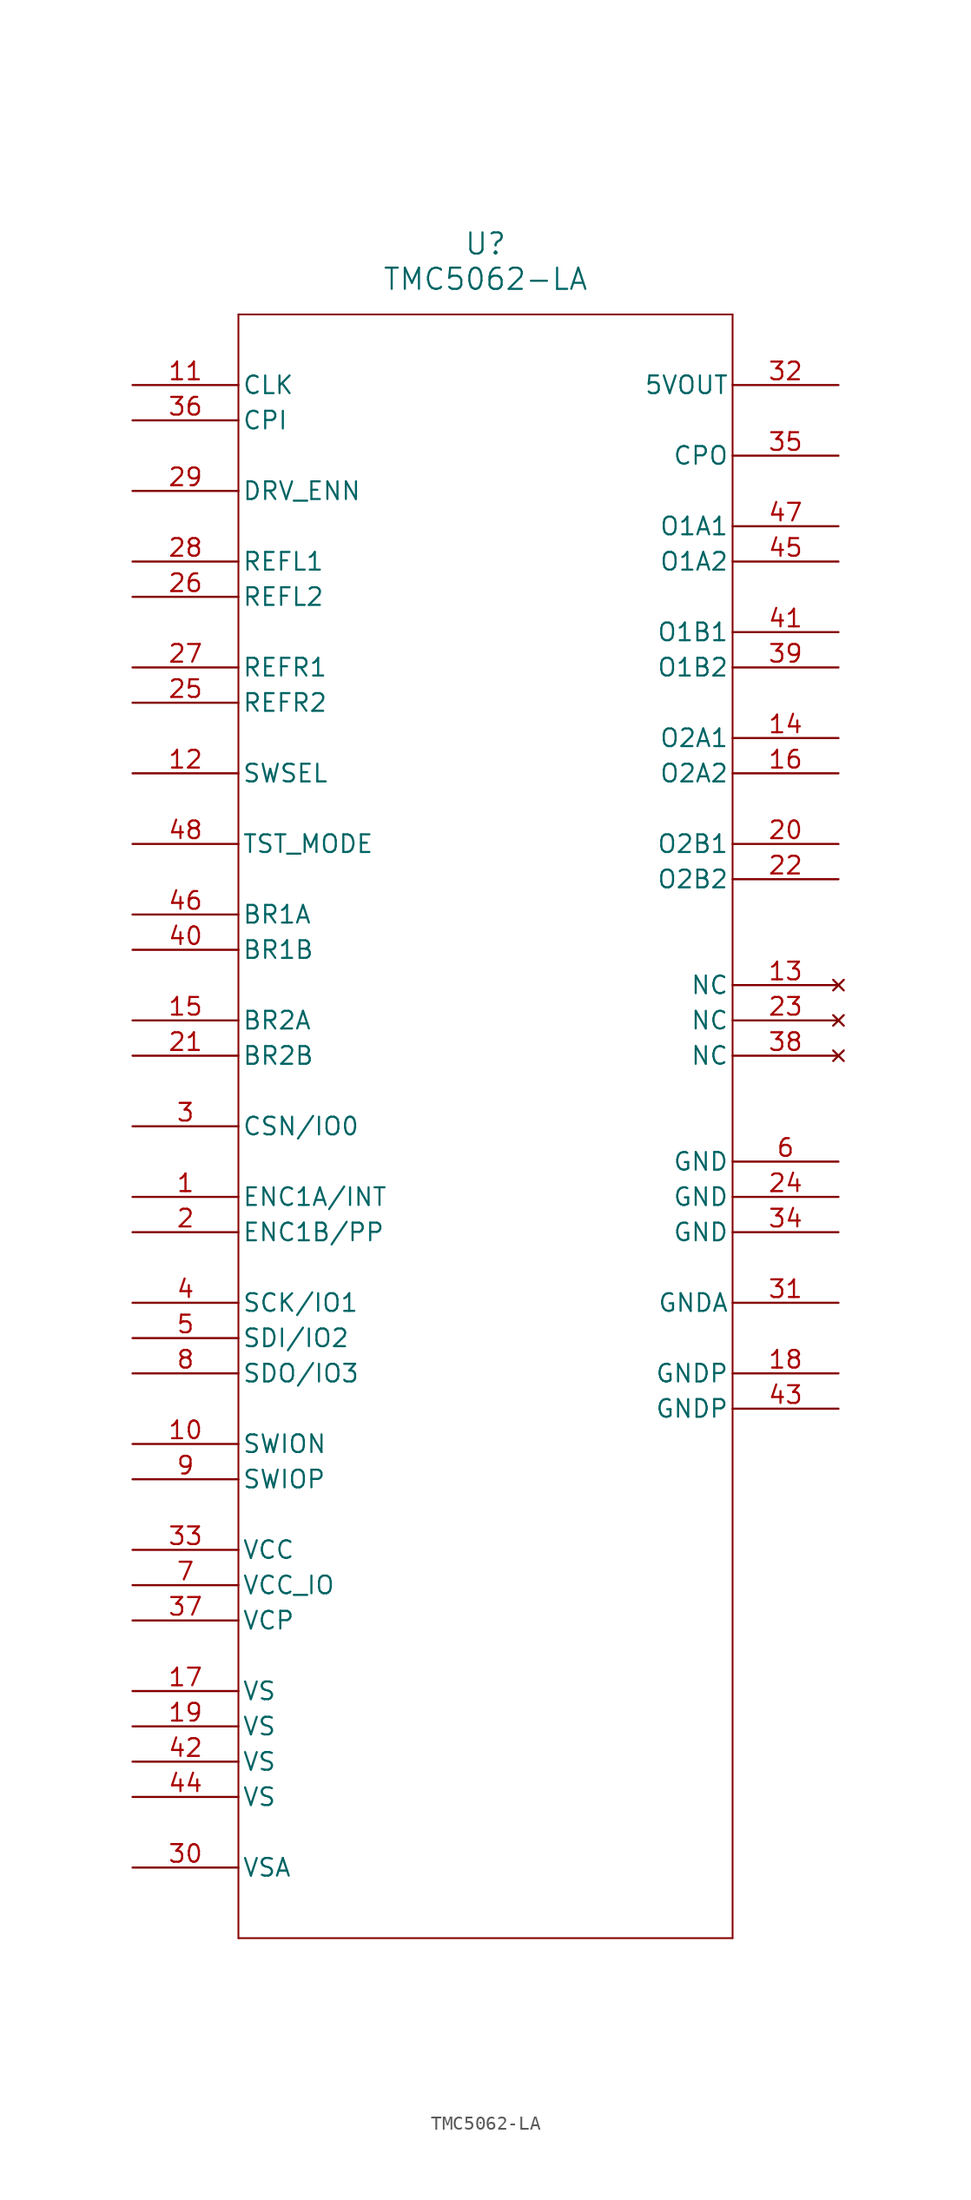
<source format=kicad_sym>
(kicad_symbol_lib
  (version 20211014)
  (generator kicad_symbol_editor)
  (symbol "TMC5062-LA"
    (pin_names
      (offset 0.254))
    (property "Reference" "U"
      (at 25.4 10.16 0)
      (effects (font (size 1.524 1.524))))
    (property "Value" "TMC5062-LA"
      (at 25.4 7.62 0)
      (effects (font (size 1.524 1.524))))
    (symbol "TMC5062-LA_0_1"
      (polyline (pts (xy 7.62 5.08) (xy 7.62 -111.76)) (stroke (width 0.127) (type default) (color 0 0 0 0)) (fill (type none)))
      (polyline (pts (xy 7.62 -111.76) (xy 43.18 -111.76)) (stroke (width 0.127) (type default) (color 0 0 0 0)) (fill (type none)))
      (polyline (pts (xy 43.18 -111.76) (xy 43.18 5.08)) (stroke (width 0.127) (type default) (color 0 0 0 0)) (fill (type none)))
      (polyline (pts (xy 43.18 5.08) (xy 7.62 5.08)) (stroke (width 0.127) (type default) (color 0 0 0 0)) (fill (type none)))
      (pin bidirectional line (at 0 -58.42 0) (length 7.62) (name "ENC1A/INT" (effects (font (size 1.27 1.27)))) (number "1" (effects (font (size 1.27 1.27)))))
      (pin bidirectional line (at 0 -60.96 0) (length 7.62) (name "ENC1B/PP" (effects (font (size 1.27 1.27)))) (number "2" (effects (font (size 1.27 1.27)))))
      (pin bidirectional line (at 0 -53.34 0) (length 7.62) (name "CSN/IO0" (effects (font (size 1.27 1.27)))) (number "3" (effects (font (size 1.27 1.27)))))
      (pin bidirectional line (at 0 -66.04 0) (length 7.62) (name "SCK/IO1" (effects (font (size 1.27 1.27)))) (number "4" (effects (font (size 1.27 1.27)))))
      (pin bidirectional line (at 0 -68.58 0) (length 7.62) (name "SDI/IO2" (effects (font (size 1.27 1.27)))) (number "5" (effects (font (size 1.27 1.27)))))
      (pin power_in line (at 50.8 -55.88 180) (length 7.62) (name "GND" (effects (font (size 1.27 1.27)))) (number "6" (effects (font (size 1.27 1.27)))))
      (pin power_in line (at 0 -86.36 0) (length 7.62) (name "VCC_IO" (effects (font (size 1.27 1.27)))) (number "7" (effects (font (size 1.27 1.27)))))
      (pin bidirectional line (at 0 -71.12 0) (length 7.62) (name "SDO/IO3" (effects (font (size 1.27 1.27)))) (number "8" (effects (font (size 1.27 1.27)))))
      (pin bidirectional line (at 0 -78.74 0) (length 7.62) (name "SWIOP" (effects (font (size 1.27 1.27)))) (number "9" (effects (font (size 1.27 1.27)))))
      (pin bidirectional line (at 0 -76.2 0) (length 7.62) (name "SWION" (effects (font (size 1.27 1.27)))) (number "10" (effects (font (size 1.27 1.27)))))
      (pin input line (at 0 0 0) (length 7.62) (name "CLK" (effects (font (size 1.27 1.27)))) (number "11" (effects (font (size 1.27 1.27)))))
      (pin input line (at 0 -27.94 0) (length 7.62) (name "SWSEL" (effects (font (size 1.27 1.27)))) (number "12" (effects (font (size 1.27 1.27)))))
      (pin no_connect line (at 50.8 -43.18 180) (length 7.62) (name "NC" (effects (font (size 1.27 1.27)))) (number "13" (effects (font (size 1.27 1.27)))))
      (pin output line (at 50.8 -25.4 180) (length 7.62) (name "O2A1" (effects (font (size 1.27 1.27)))) (number "14" (effects (font (size 1.27 1.27)))))
      (pin unspecified line (at 0 -45.72 0) (length 7.62) (name "BR2A" (effects (font (size 1.27 1.27)))) (number "15" (effects (font (size 1.27 1.27)))))
      (pin output line (at 50.8 -27.94 180) (length 7.62) (name "O2A2" (effects (font (size 1.27 1.27)))) (number "16" (effects (font (size 1.27 1.27)))))
      (pin power_in line (at 0 -93.98 0) (length 7.62) (name "VS" (effects (font (size 1.27 1.27)))) (number "17" (effects (font (size 1.27 1.27)))))
      (pin power_in line (at 50.8 -71.12 180) (length 7.62) (name "GNDP" (effects (font (size 1.27 1.27)))) (number "18" (effects (font (size 1.27 1.27)))))
      (pin power_in line (at 0 -96.52 0) (length 7.62) (name "VS" (effects (font (size 1.27 1.27)))) (number "19" (effects (font (size 1.27 1.27)))))
      (pin output line (at 50.8 -33.02 180) (length 7.62) (name "O2B1" (effects (font (size 1.27 1.27)))) (number "20" (effects (font (size 1.27 1.27)))))
      (pin unspecified line (at 0 -48.26 0) (length 7.62) (name "BR2B" (effects (font (size 1.27 1.27)))) (number "21" (effects (font (size 1.27 1.27)))))
      (pin output line (at 50.8 -35.56 180) (length 7.62) (name "O2B2" (effects (font (size 1.27 1.27)))) (number "22" (effects (font (size 1.27 1.27)))))
      (pin no_connect line (at 50.8 -45.72 180) (length 7.62) (name "NC" (effects (font (size 1.27 1.27)))) (number "23" (effects (font (size 1.27 1.27)))))
      (pin power_in line (at 50.8 -58.42 180) (length 7.62) (name "GND" (effects (font (size 1.27 1.27)))) (number "24" (effects (font (size 1.27 1.27)))))
      (pin input line (at 0 -22.86 0) (length 7.62) (name "REFR2" (effects (font (size 1.27 1.27)))) (number "25" (effects (font (size 1.27 1.27)))))
      (pin input line (at 0 -15.24 0) (length 7.62) (name "REFL2" (effects (font (size 1.27 1.27)))) (number "26" (effects (font (size 1.27 1.27)))))
      (pin input line (at 0 -20.32 0) (length 7.62) (name "REFR1" (effects (font (size 1.27 1.27)))) (number "27" (effects (font (size 1.27 1.27)))))
      (pin input line (at 0 -12.7 0) (length 7.62) (name "REFL1" (effects (font (size 1.27 1.27)))) (number "28" (effects (font (size 1.27 1.27)))))
      (pin input line (at 0 -7.62 0) (length 7.62) (name "DRV_ENN" (effects (font (size 1.27 1.27)))) (number "29" (effects (font (size 1.27 1.27)))))
      (pin power_in line (at 0 -106.68 0) (length 7.62) (name "VSA" (effects (font (size 1.27 1.27)))) (number "30" (effects (font (size 1.27 1.27)))))
      (pin power_in line (at 50.8 -66.04 180) (length 7.62) (name "GNDA" (effects (font (size 1.27 1.27)))) (number "31" (effects (font (size 1.27 1.27)))))
      (pin output line (at 50.8 0 180) (length 7.62) (name "5VOUT" (effects (font (size 1.27 1.27)))) (number "32" (effects (font (size 1.27 1.27)))))
      (pin power_in line (at 0 -83.82 0) (length 7.62) (name "VCC" (effects (font (size 1.27 1.27)))) (number "33" (effects (font (size 1.27 1.27)))))
      (pin power_in line (at 50.8 -60.96 180) (length 7.62) (name "GND" (effects (font (size 1.27 1.27)))) (number "34" (effects (font (size 1.27 1.27)))))
      (pin output line (at 50.8 -5.08 180) (length 7.62) (name "CPO" (effects (font (size 1.27 1.27)))) (number "35" (effects (font (size 1.27 1.27)))))
      (pin input line (at 0 -2.54 0) (length 7.62) (name "CPI" (effects (font (size 1.27 1.27)))) (number "36" (effects (font (size 1.27 1.27)))))
      (pin power_in line (at 0 -88.9 0) (length 7.62) (name "VCP" (effects (font (size 1.27 1.27)))) (number "37" (effects (font (size 1.27 1.27)))))
      (pin no_connect line (at 50.8 -48.26 180) (length 7.62) (name "NC" (effects (font (size 1.27 1.27)))) (number "38" (effects (font (size 1.27 1.27)))))
      (pin output line (at 50.8 -20.32 180) (length 7.62) (name "O1B2" (effects (font (size 1.27 1.27)))) (number "39" (effects (font (size 1.27 1.27)))))
      (pin unspecified line (at 0 -40.64 0) (length 7.62) (name "BR1B" (effects (font (size 1.27 1.27)))) (number "40" (effects (font (size 1.27 1.27)))))
      (pin output line (at 50.8 -17.78 180) (length 7.62) (name "O1B1" (effects (font (size 1.27 1.27)))) (number "41" (effects (font (size 1.27 1.27)))))
      (pin power_in line (at 0 -99.06 0) (length 7.62) (name "VS" (effects (font (size 1.27 1.27)))) (number "42" (effects (font (size 1.27 1.27)))))
      (pin power_in line (at 50.8 -73.66 180) (length 7.62) (name "GNDP" (effects (font (size 1.27 1.27)))) (number "43" (effects (font (size 1.27 1.27)))))
      (pin power_in line (at 0 -101.6 0) (length 7.62) (name "VS" (effects (font (size 1.27 1.27)))) (number "44" (effects (font (size 1.27 1.27)))))
      (pin output line (at 50.8 -12.7 180) (length 7.62) (name "O1A2" (effects (font (size 1.27 1.27)))) (number "45" (effects (font (size 1.27 1.27)))))
      (pin unspecified line (at 0 -38.1 0) (length 7.62) (name "BR1A" (effects (font (size 1.27 1.27)))) (number "46" (effects (font (size 1.27 1.27)))))
      (pin output line (at 50.8 -10.16 180) (length 7.62) (name "O1A1" (effects (font (size 1.27 1.27)))) (number "47" (effects (font (size 1.27 1.27)))))
      (pin input line (at 0 -33.02 0) (length 7.62) (name "TST_MODE" (effects (font (size 1.27 1.27)))) (number "48" (effects (font (size 1.27 1.27))))))))
</source>
